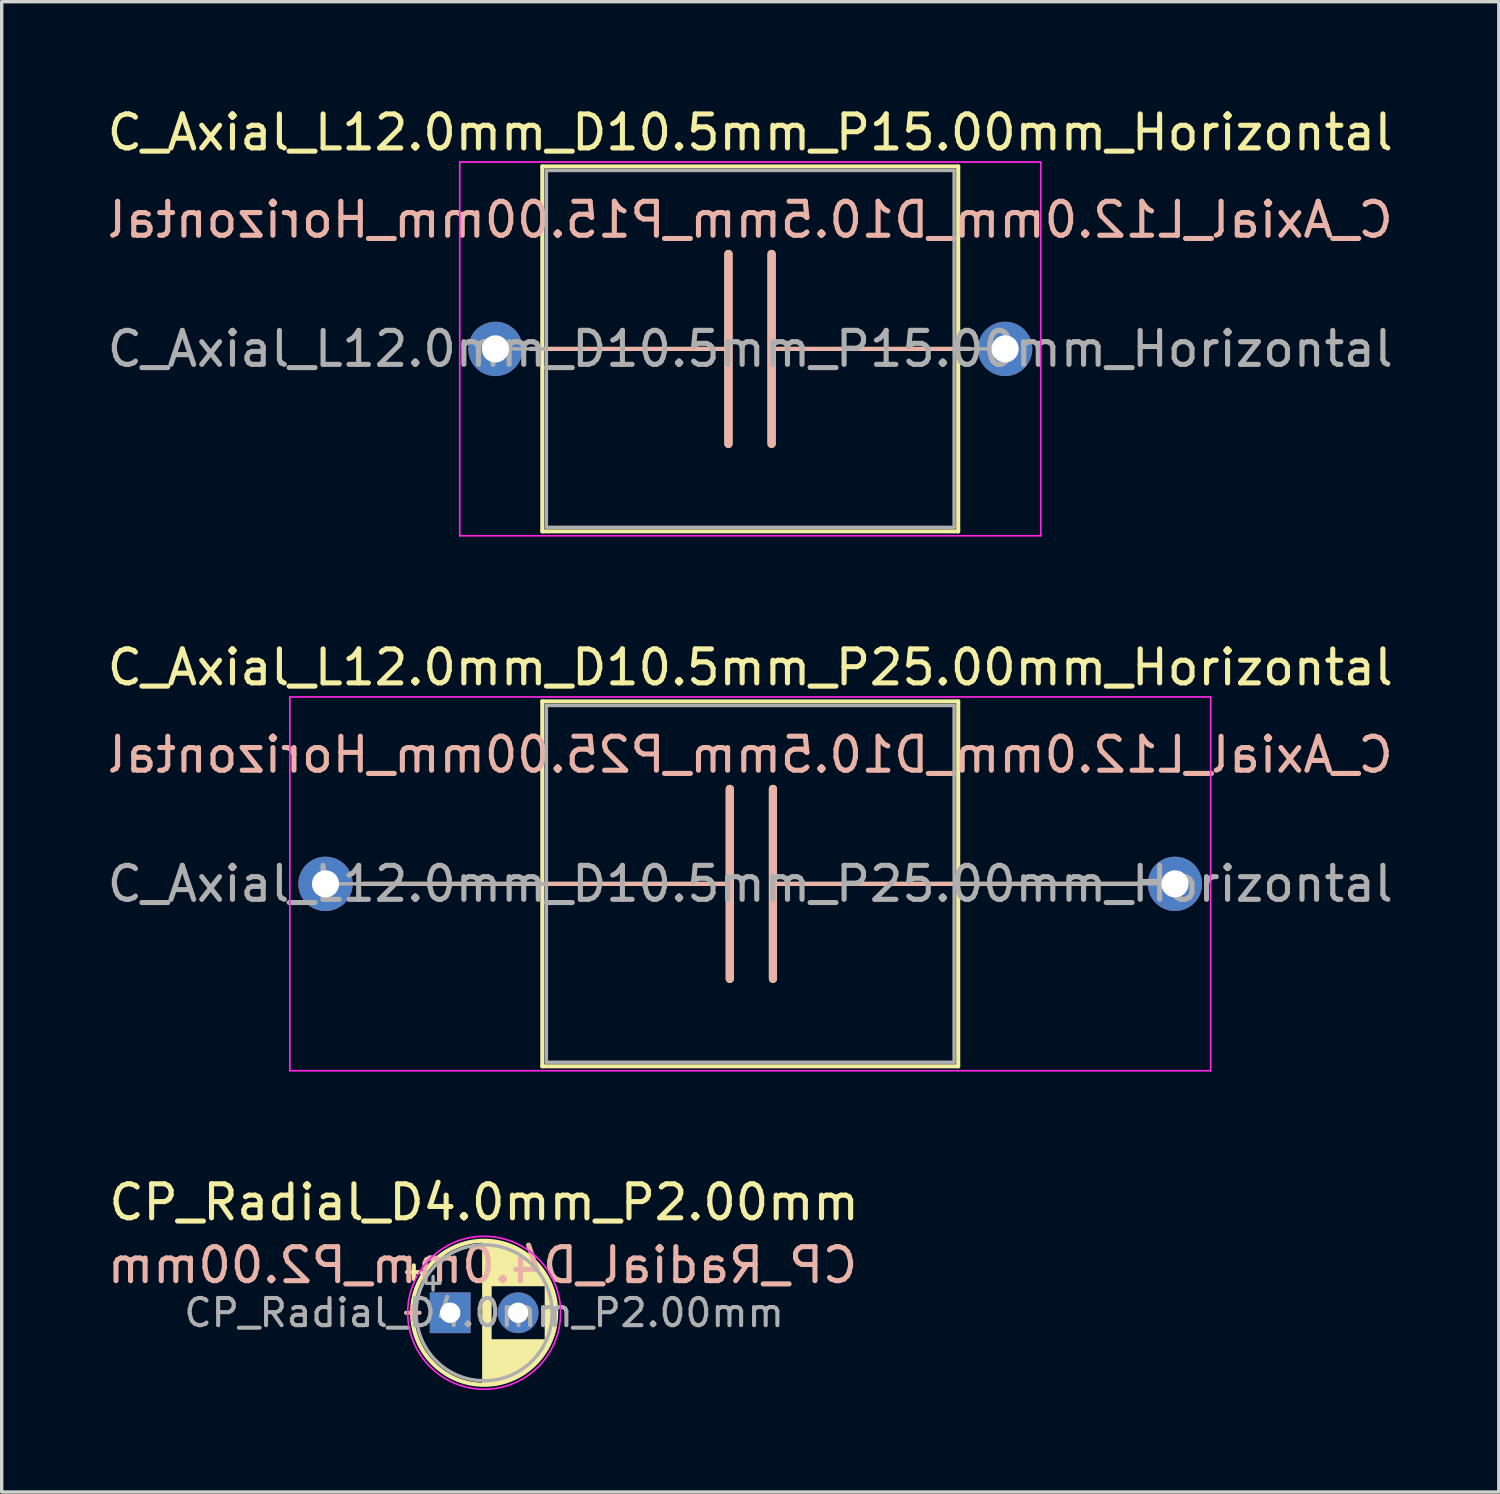
<source format=kicad_pcb>
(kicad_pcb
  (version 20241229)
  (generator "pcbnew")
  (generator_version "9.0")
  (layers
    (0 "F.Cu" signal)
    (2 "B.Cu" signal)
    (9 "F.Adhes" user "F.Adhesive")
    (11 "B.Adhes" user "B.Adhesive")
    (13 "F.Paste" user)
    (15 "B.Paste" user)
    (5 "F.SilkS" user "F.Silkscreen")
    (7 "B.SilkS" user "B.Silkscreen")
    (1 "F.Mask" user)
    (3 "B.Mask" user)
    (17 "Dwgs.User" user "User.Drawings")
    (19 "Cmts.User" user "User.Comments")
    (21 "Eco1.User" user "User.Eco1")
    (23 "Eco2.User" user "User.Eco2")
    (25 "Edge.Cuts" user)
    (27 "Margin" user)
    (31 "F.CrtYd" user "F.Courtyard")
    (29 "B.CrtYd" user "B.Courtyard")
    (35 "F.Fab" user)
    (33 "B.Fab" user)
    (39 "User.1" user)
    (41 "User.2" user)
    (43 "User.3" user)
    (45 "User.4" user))
  (footprint "C_Axial_L12.0mm_D10.5mm_P25.00mm_Horizontal"
    (layer "F.Cu")
    (at 6.53 22.962)
    (property "Reference" "C_Axial_L12.0mm_D10.5mm_P25.00mm_Horizontal" (at 12.5 -6.37 0) (layer "F.SilkS") (effects (font (size 1 1) (thickness 0.15))))
    (fp_line (start 1.1 0) (end 6.38 0) (stroke (width 0.12) (type solid)) (layer "F.SilkS"))
    (fp_line (start 6.38 -5.37) (end 6.38 5.37) (stroke (width 0.12) (type solid)) (layer "F.SilkS"))
    (fp_line (start 6.38 0) (end 11.898 0) (stroke (width 0.12) (type solid)) (layer "F.SilkS"))
    (fp_line (start 6.38 5.37) (end 18.62 5.37) (stroke (width 0.12) (type solid)) (layer "F.SilkS"))
    (fp_line (start 11.898 -2.794) (end 11.898 2.794) (stroke (width 0.24) (type solid)) (layer "F.SilkS"))
    (fp_line (start 13.168 2.794) (end 13.168 -2.794) (stroke (width 0.24) (type solid)) (layer "F.SilkS"))
    (fp_line (start 18.62 -5.37) (end 6.38 -5.37) (stroke (width 0.12) (type solid)) (layer "F.SilkS"))
    (fp_line (start 18.62 0) (end 13.168 0) (stroke (width 0.12) (type solid)) (layer "F.SilkS"))
    (fp_line (start 18.62 5.37) (end 18.62 -5.37) (stroke (width 0.12) (type solid)) (layer "F.SilkS"))
    (fp_line (start 23.9 0) (end 18.62 0) (stroke (width 0.12) (type solid)) (layer "F.SilkS"))
    (fp_line (start 1.1 0) (end 6.38 0) (stroke (width 0.12) (type solid)) (layer "B.SilkS"))
    (fp_line (start 6.38 0) (end 11.898 0) (stroke (width 0.12) (type solid)) (layer "B.SilkS"))
    (fp_line (start 11.898 2.794) (end 11.898 -2.794) (stroke (width 0.24) (type solid)) (layer "B.SilkS"))
    (fp_line (start 13.168 -2.794) (end 13.168 2.794) (stroke (width 0.24) (type solid)) (layer "B.SilkS"))
    (fp_line (start 18.62 0) (end 13.168 0) (stroke (width 0.12) (type solid)) (layer "B.SilkS"))
    (fp_line (start 23.9 0) (end 18.62 0) (stroke (width 0.12) (type solid)) (layer "B.SilkS"))
    (fp_line (start -1.05 -5.5) (end -1.05 5.5) (stroke (width 0.05) (type solid)) (layer "F.CrtYd"))
    (fp_line (start -1.05 5.5) (end 26.05 5.5) (stroke (width 0.05) (type solid)) (layer "F.CrtYd"))
    (fp_line (start 26.05 -5.5) (end -1.05 -5.5) (stroke (width 0.05) (type solid)) (layer "F.CrtYd"))
    (fp_line (start 26.05 5.5) (end 26.05 -5.5) (stroke (width 0.05) (type solid)) (layer "F.CrtYd"))
    (fp_line (start 0 0) (end 6.5 0) (stroke (width 0.1) (type solid)) (layer "F.Fab"))
    (fp_line (start 6.5 -5.25) (end 6.5 5.25) (stroke (width 0.1) (type solid)) (layer "F.Fab"))
    (fp_line (start 6.5 5.25) (end 18.5 5.25) (stroke (width 0.1) (type solid)) (layer "F.Fab"))
    (fp_line (start 18.5 -5.25) (end 6.5 -5.25) (stroke (width 0.1) (type solid)) (layer "F.Fab"))
    (fp_line (start 18.5 5.25) (end 18.5 -5.25) (stroke (width 0.1) (type solid)) (layer "F.Fab"))
    (fp_line (start 25 0) (end 18.5 0) (stroke (width 0.1) (type solid)) (layer "F.Fab"))
    (fp_text user "${REFERENCE}" (at 12.5 -3.8 0) (layer "B.SilkS") (effects (font (size 1 1) (thickness 0.15)) (justify mirror)))
    (fp_text user "${REFERENCE}" (at 12.5 0 0) (layer "F.Fab") (effects (font (size 1 1) (thickness 0.15))))
    (pad "1" thru_hole circle (at 0 0) (size 1.6 1.6) (drill 0.8) (layers "*.Cu" "*.Mask"))
    (pad "2" thru_hole oval (at 25 0) (size 1.6 1.6) (drill 0.8) (layers "*.Cu" "*.Mask")))
  (footprint "CP_Radial_D4.0mm_P2.00mm"
    (layer "F.Cu")
    (at 10.199 35.585)
    (property "Reference" "CP_Radial_D4.0mm_P2.00mm" (at 1 -3.25 0) (layer "F.SilkS") (effects (font (size 1 1) (thickness 0.15))))
    (fp_line (start -1.27 -1.195) (end -0.87 -1.195) (stroke (width 0.12) (type solid)) (layer "F.SilkS"))
    (fp_line (start -1.07 -1.395) (end -1.07 -0.995) (stroke (width 0.12) (type solid)) (layer "F.SilkS"))
    (fp_line (start 1 -2.08) (end 1 2.08) (stroke (width 0.12) (type solid)) (layer "F.SilkS"))
    (fp_line (start 1.04 -2.08) (end 1.04 2.08) (stroke (width 0.12) (type solid)) (layer "F.SilkS"))
    (fp_line (start 1.08 -2.079) (end 1.08 2.079) (stroke (width 0.12) (type solid)) (layer "F.SilkS"))
    (fp_line (start 1.12 -2.077) (end 1.12 2.077) (stroke (width 0.12) (type solid)) (layer "F.SilkS"))
    (fp_line (start 1.16 -2.074) (end 1.16 2.074) (stroke (width 0.12) (type solid)) (layer "F.SilkS"))
    (fp_line (start 1.2 -2.071) (end 1.2 -0.84) (stroke (width 0.12) (type solid)) (layer "F.SilkS"))
    (fp_line (start 1.2 0.84) (end 1.2 2.071) (stroke (width 0.12) (type solid)) (layer "F.SilkS"))
    (fp_line (start 1.24 -2.067) (end 1.24 -0.84) (stroke (width 0.12) (type solid)) (layer "F.SilkS"))
    (fp_line (start 1.24 0.84) (end 1.24 2.067) (stroke (width 0.12) (type solid)) (layer "F.SilkS"))
    (fp_line (start 1.28 -2.062) (end 1.28 -0.84) (stroke (width 0.12) (type solid)) (layer "F.SilkS"))
    (fp_line (start 1.28 0.84) (end 1.28 2.062) (stroke (width 0.12) (type solid)) (layer "F.SilkS"))
    (fp_line (start 1.32 -2.056) (end 1.32 -0.84) (stroke (width 0.12) (type solid)) (layer "F.SilkS"))
    (fp_line (start 1.32 0.84) (end 1.32 2.056) (stroke (width 0.12) (type solid)) (layer "F.SilkS"))
    (fp_line (start 1.36 -2.05) (end 1.36 -0.84) (stroke (width 0.12) (type solid)) (layer "F.SilkS"))
    (fp_line (start 1.36 0.84) (end 1.36 2.05) (stroke (width 0.12) (type solid)) (layer "F.SilkS"))
    (fp_line (start 1.4 -2.042) (end 1.4 -0.84) (stroke (width 0.12) (type solid)) (layer "F.SilkS"))
    (fp_line (start 1.4 0.84) (end 1.4 2.042) (stroke (width 0.12) (type solid)) (layer "F.SilkS"))
    (fp_line (start 1.44 -2.034) (end 1.44 -0.84) (stroke (width 0.12) (type solid)) (layer "F.SilkS"))
    (fp_line (start 1.44 0.84) (end 1.44 2.034) (stroke (width 0.12) (type solid)) (layer "F.SilkS"))
    (fp_line (start 1.48 -2.025) (end 1.48 -0.84) (stroke (width 0.12) (type solid)) (layer "F.SilkS"))
    (fp_line (start 1.48 0.84) (end 1.48 2.025) (stroke (width 0.12) (type solid)) (layer "F.SilkS"))
    (fp_line (start 1.52 -2.016) (end 1.52 -0.84) (stroke (width 0.12) (type solid)) (layer "F.SilkS"))
    (fp_line (start 1.52 0.84) (end 1.52 2.016) (stroke (width 0.12) (type solid)) (layer "F.SilkS"))
    (fp_line (start 1.56 -2.005) (end 1.56 -0.84) (stroke (width 0.12) (type solid)) (layer "F.SilkS"))
    (fp_line (start 1.56 0.84) (end 1.56 2.005) (stroke (width 0.12) (type solid)) (layer "F.SilkS"))
    (fp_line (start 1.6 -1.994) (end 1.6 -0.84) (stroke (width 0.12) (type solid)) (layer "F.SilkS"))
    (fp_line (start 1.6 0.84) (end 1.6 1.994) (stroke (width 0.12) (type solid)) (layer "F.SilkS"))
    (fp_line (start 1.64 -1.982) (end 1.64 -0.84) (stroke (width 0.12) (type solid)) (layer "F.SilkS"))
    (fp_line (start 1.64 0.84) (end 1.64 1.982) (stroke (width 0.12) (type solid)) (layer "F.SilkS"))
    (fp_line (start 1.68 -1.968) (end 1.68 -0.84) (stroke (width 0.12) (type solid)) (layer "F.SilkS"))
    (fp_line (start 1.68 0.84) (end 1.68 1.968) (stroke (width 0.12) (type solid)) (layer "F.SilkS"))
    (fp_line (start 1.721 -1.954) (end 1.721 -0.84) (stroke (width 0.12) (type solid)) (layer "F.SilkS"))
    (fp_line (start 1.721 0.84) (end 1.721 1.954) (stroke (width 0.12) (type solid)) (layer "F.SilkS"))
    (fp_line (start 1.761 -1.94) (end 1.761 -0.84) (stroke (width 0.12) (type solid)) (layer "F.SilkS"))
    (fp_line (start 1.761 0.84) (end 1.761 1.94) (stroke (width 0.12) (type solid)) (layer "F.SilkS"))
    (fp_line (start 1.801 -1.924) (end 1.801 -0.84) (stroke (width 0.12) (type solid)) (layer "F.SilkS"))
    (fp_line (start 1.801 0.84) (end 1.801 1.924) (stroke (width 0.12) (type solid)) (layer "F.SilkS"))
    (fp_line (start 1.841 -1.907) (end 1.841 -0.84) (stroke (width 0.12) (type solid)) (layer "F.SilkS"))
    (fp_line (start 1.841 0.84) (end 1.841 1.907) (stroke (width 0.12) (type solid)) (layer "F.SilkS"))
    (fp_line (start 1.881 -1.889) (end 1.881 -0.84) (stroke (width 0.12) (type solid)) (layer "F.SilkS"))
    (fp_line (start 1.881 0.84) (end 1.881 1.889) (stroke (width 0.12) (type solid)) (layer "F.SilkS"))
    (fp_line (start 1.921 -1.87) (end 1.921 -0.84) (stroke (width 0.12) (type solid)) (layer "F.SilkS"))
    (fp_line (start 1.921 0.84) (end 1.921 1.87) (stroke (width 0.12) (type solid)) (layer "F.SilkS"))
    (fp_line (start 1.961 -1.851) (end 1.961 -0.84) (stroke (width 0.12) (type solid)) (layer "F.SilkS"))
    (fp_line (start 1.961 0.84) (end 1.961 1.851) (stroke (width 0.12) (type solid)) (layer "F.SilkS"))
    (fp_line (start 2.001 -1.83) (end 2.001 -0.84) (stroke (width 0.12) (type solid)) (layer "F.SilkS"))
    (fp_line (start 2.001 0.84) (end 2.001 1.83) (stroke (width 0.12) (type solid)) (layer "F.SilkS"))
    (fp_line (start 2.041 -1.808) (end 2.041 -0.84) (stroke (width 0.12) (type solid)) (layer "F.SilkS"))
    (fp_line (start 2.041 0.84) (end 2.041 1.808) (stroke (width 0.12) (type solid)) (layer "F.SilkS"))
    (fp_line (start 2.081 -1.785) (end 2.081 -0.84) (stroke (width 0.12) (type solid)) (layer "F.SilkS"))
    (fp_line (start 2.081 0.84) (end 2.081 1.785) (stroke (width 0.12) (type solid)) (layer "F.SilkS"))
    (fp_line (start 2.121 -1.76) (end 2.121 -0.84) (stroke (width 0.12) (type solid)) (layer "F.SilkS"))
    (fp_line (start 2.121 0.84) (end 2.121 1.76) (stroke (width 0.12) (type solid)) (layer "F.SilkS"))
    (fp_line (start 2.161 -1.735) (end 2.161 -0.84) (stroke (width 0.12) (type solid)) (layer "F.SilkS"))
    (fp_line (start 2.161 0.84) (end 2.161 1.735) (stroke (width 0.12) (type solid)) (layer "F.SilkS"))
    (fp_line (start 2.201 -1.708) (end 2.201 -0.84) (stroke (width 0.12) (type solid)) (layer "F.SilkS"))
    (fp_line (start 2.201 0.84) (end 2.201 1.708) (stroke (width 0.12) (type solid)) (layer "F.SilkS"))
    (fp_line (start 2.241 -1.68) (end 2.241 -0.84) (stroke (width 0.12) (type solid)) (layer "F.SilkS"))
    (fp_line (start 2.241 0.84) (end 2.241 1.68) (stroke (width 0.12) (type solid)) (layer "F.SilkS"))
    (fp_line (start 2.281 -1.65) (end 2.281 -0.84) (stroke (width 0.12) (type solid)) (layer "F.SilkS"))
    (fp_line (start 2.281 0.84) (end 2.281 1.65) (stroke (width 0.12) (type solid)) (layer "F.SilkS"))
    (fp_line (start 2.321 -1.619) (end 2.321 -0.84) (stroke (width 0.12) (type solid)) (layer "F.SilkS"))
    (fp_line (start 2.321 0.84) (end 2.321 1.619) (stroke (width 0.12) (type solid)) (layer "F.SilkS"))
    (fp_line (start 2.361 -1.587) (end 2.361 -0.84) (stroke (width 0.12) (type solid)) (layer "F.SilkS"))
    (fp_line (start 2.361 0.84) (end 2.361 1.587) (stroke (width 0.12) (type solid)) (layer "F.SilkS"))
    (fp_line (start 2.401 -1.552) (end 2.401 -0.84) (stroke (width 0.12) (type solid)) (layer "F.SilkS"))
    (fp_line (start 2.401 0.84) (end 2.401 1.552) (stroke (width 0.12) (type solid)) (layer "F.SilkS"))
    (fp_line (start 2.441 -1.516) (end 2.441 -0.84) (stroke (width 0.12) (type solid)) (layer "F.SilkS"))
    (fp_line (start 2.441 0.84) (end 2.441 1.516) (stroke (width 0.12) (type solid)) (layer "F.SilkS"))
    (fp_line (start 2.481 -1.478) (end 2.481 -0.84) (stroke (width 0.12) (type solid)) (layer "F.SilkS"))
    (fp_line (start 2.481 0.84) (end 2.481 1.478) (stroke (width 0.12) (type solid)) (layer "F.SilkS"))
    (fp_line (start 2.521 -1.438) (end 2.521 -0.84) (stroke (width 0.12) (type solid)) (layer "F.SilkS"))
    (fp_line (start 2.521 0.84) (end 2.521 1.438) (stroke (width 0.12) (type solid)) (layer "F.SilkS"))
    (fp_line (start 2.561 -1.396) (end 2.561 -0.84) (stroke (width 0.12) (type solid)) (layer "F.SilkS"))
    (fp_line (start 2.561 0.84) (end 2.561 1.396) (stroke (width 0.12) (type solid)) (layer "F.SilkS"))
    (fp_line (start 2.601 -1.351) (end 2.601 -0.84) (stroke (width 0.12) (type solid)) (layer "F.SilkS"))
    (fp_line (start 2.601 0.84) (end 2.601 1.351) (stroke (width 0.12) (type solid)) (layer "F.SilkS"))
    (fp_line (start 2.641 -1.304) (end 2.641 -0.84) (stroke (width 0.12) (type solid)) (layer "F.SilkS"))
    (fp_line (start 2.641 0.84) (end 2.641 1.304) (stroke (width 0.12) (type solid)) (layer "F.SilkS"))
    (fp_line (start 2.681 -1.254) (end 2.681 -0.84) (stroke (width 0.12) (type solid)) (layer "F.SilkS"))
    (fp_line (start 2.681 0.84) (end 2.681 1.254) (stroke (width 0.12) (type solid)) (layer "F.SilkS"))
    (fp_line (start 2.721 -1.2) (end 2.721 -0.84) (stroke (width 0.12) (type solid)) (layer "F.SilkS"))
    (fp_line (start 2.721 0.84) (end 2.721 1.2) (stroke (width 0.12) (type solid)) (layer "F.SilkS"))
    (fp_line (start 2.761 -1.142) (end 2.761 -0.84) (stroke (width 0.12) (type solid)) (layer "F.SilkS"))
    (fp_line (start 2.761 0.84) (end 2.761 1.142) (stroke (width 0.12) (type solid)) (layer "F.SilkS"))
    (fp_line (start 2.801 -1.08) (end 2.801 -0.84) (stroke (width 0.12) (type solid)) (layer "F.SilkS"))
    (fp_line (start 2.801 0.84) (end 2.801 1.08) (stroke (width 0.12) (type solid)) (layer "F.SilkS"))
    (fp_line (start 2.841 -1.013) (end 2.841 1.013) (stroke (width 0.12) (type solid)) (layer "F.SilkS"))
    (fp_line (start 2.881 -0.94) (end 2.881 0.94) (stroke (width 0.12) (type solid)) (layer "F.SilkS"))
    (fp_line (start 2.921 -0.859) (end 2.921 0.859) (stroke (width 0.12) (type solid)) (layer "F.SilkS"))
    (fp_line (start 2.961 -0.768) (end 2.961 0.768) (stroke (width 0.12) (type solid)) (layer "F.SilkS"))
    (fp_line (start 3.001 -0.664) (end 3.001 0.664) (stroke (width 0.12) (type solid)) (layer "F.SilkS"))
    (fp_line (start 3.041 -0.537) (end 3.041 0.537) (stroke (width 0.12) (type solid)) (layer "F.SilkS"))
    (fp_line (start 3.081 -0.37) (end 3.081 0.37) (stroke (width 0.12) (type solid)) (layer "F.SilkS"))
    (fp_circle (center 1 0) (end 3.12 0) (stroke (width 0.12) (type solid)) (fill no) (layer "F.SilkS"))
    (fp_line (start -1.1 -0.2) (end -1.1 0.2) (stroke (width 0.12) (type solid)) (layer "B.SilkS"))
    (fp_line (start -0.9 0) (end -1.3 0) (stroke (width 0.12) (type solid)) (layer "B.SilkS"))
    (fp_circle (center 1 0) (end 3.25 0) (stroke (width 0.05) (type solid)) (fill no) (layer "F.CrtYd"))
    (fp_line (start -0.703 -0.868) (end -0.303 -0.868) (stroke (width 0.1) (type solid)) (layer "F.Fab"))
    (fp_line (start -0.503 -1.067) (end -0.503 -0.667) (stroke (width 0.1) (type solid)) (layer "F.Fab"))
    (fp_circle (center 1 0) (end 3 0) (stroke (width 0.1) (type solid)) (fill no) (layer "F.Fab"))
    (fp_text user "${REFERENCE}" (at 0.95 -1.4 0) (layer "B.SilkS") (effects (font (size 1 1) (thickness 0.15)) (justify mirror)))
    (fp_text user "${REFERENCE}" (at 1 0 0) (layer "F.Fab") (effects (font (size 0.8 0.8) (thickness 0.12))))
    (pad "1" thru_hole rect (at 0 0) (size 1.2 1.2) (drill 0.6) (layers "*.Cu" "*.Mask"))
    (pad "2" thru_hole circle (at 2 0) (size 1.2 1.2) (drill 0.6) (layers "*.Cu" "*.Mask")))
  (footprint "C_Axial_L12.0mm_D10.5mm_P15.00mm_Horizontal"
    (layer "F.Cu")
    (at 11.53 7.218)
    (property "Reference" "C_Axial_L12.0mm_D10.5mm_P15.00mm_Horizontal" (at 7.5 -6.37 0) (layer "F.SilkS") (effects (font (size 1 1) (thickness 0.15))))
    (fp_line (start 1.04 0) (end 1.38 0) (stroke (width 0.12) (type solid)) (layer "F.SilkS"))
    (fp_line (start 1.38 -5.37) (end 1.38 5.37) (stroke (width 0.12) (type solid)) (layer "F.SilkS"))
    (fp_line (start 1.38 0) (end 6.858 0) (stroke (width 0.12) (type solid)) (layer "F.SilkS"))
    (fp_line (start 1.38 5.37) (end 13.62 5.37) (stroke (width 0.12) (type solid)) (layer "F.SilkS"))
    (fp_line (start 6.858 -2.794) (end 6.858 2.794) (stroke (width 0.24) (type solid)) (layer "F.SilkS"))
    (fp_line (start 8.128 2.794) (end 8.128 -2.794) (stroke (width 0.24) (type solid)) (layer "F.SilkS"))
    (fp_line (start 13.62 -5.37) (end 1.38 -5.37) (stroke (width 0.12) (type solid)) (layer "F.SilkS"))
    (fp_line (start 13.62 0) (end 8.128 0) (stroke (width 0.12) (type solid)) (layer "F.SilkS"))
    (fp_line (start 13.62 5.37) (end 13.62 -5.37) (stroke (width 0.12) (type solid)) (layer "F.SilkS"))
    (fp_line (start 13.96 0) (end 13.62 0) (stroke (width 0.12) (type solid)) (layer "F.SilkS"))
    (fp_line (start 1.04 0) (end 1.38 0) (stroke (width 0.12) (type solid)) (layer "B.SilkS"))
    (fp_line (start 1.38 0) (end 6.858 0) (stroke (width 0.12) (type solid)) (layer "B.SilkS"))
    (fp_line (start 6.858 2.794) (end 6.858 -2.794) (stroke (width 0.24) (type solid)) (layer "B.SilkS"))
    (fp_line (start 8.128 -2.794) (end 8.128 2.794) (stroke (width 0.24) (type solid)) (layer "B.SilkS"))
    (fp_line (start 13.62 0) (end 8.128 0) (stroke (width 0.12) (type solid)) (layer "B.SilkS"))
    (fp_line (start 13.96 0) (end 13.62 0) (stroke (width 0.12) (type solid)) (layer "B.SilkS"))
    (fp_line (start -1.05 -5.5) (end -1.05 5.5) (stroke (width 0.05) (type solid)) (layer "F.CrtYd"))
    (fp_line (start -1.05 5.5) (end 16.05 5.5) (stroke (width 0.05) (type solid)) (layer "F.CrtYd"))
    (fp_line (start 16.05 -5.5) (end -1.05 -5.5) (stroke (width 0.05) (type solid)) (layer "F.CrtYd"))
    (fp_line (start 16.05 5.5) (end 16.05 -5.5) (stroke (width 0.05) (type solid)) (layer "F.CrtYd"))
    (fp_line (start 0 0) (end 1.5 0) (stroke (width 0.1) (type solid)) (layer "F.Fab"))
    (fp_line (start 1.5 -5.25) (end 1.5 5.25) (stroke (width 0.1) (type solid)) (layer "F.Fab"))
    (fp_line (start 1.5 5.25) (end 13.5 5.25) (stroke (width 0.1) (type solid)) (layer "F.Fab"))
    (fp_line (start 13.5 -5.25) (end 1.5 -5.25) (stroke (width 0.1) (type solid)) (layer "F.Fab"))
    (fp_line (start 13.5 5.25) (end 13.5 -5.25) (stroke (width 0.1) (type solid)) (layer "F.Fab"))
    (fp_line (start 15 0) (end 13.5 0) (stroke (width 0.1) (type solid)) (layer "F.Fab"))
    (fp_text user "${REFERENCE}" (at 7.5 -3.8 0) (layer "B.SilkS") (effects (font (size 1 1) (thickness 0.15)) (justify mirror)))
    (fp_text user "${REFERENCE}" (at 7.5 0 0) (layer "F.Fab") (effects (font (size 1 1) (thickness 0.15))))
    (pad "1" thru_hole circle (at 0 0) (size 1.6 1.6) (drill 0.8) (layers "*.Cu" "*.Mask"))
    (pad "2" thru_hole oval (at 15 0) (size 1.6 1.6) (drill 0.8) (layers "*.Cu" "*.Mask")))
  (gr_rect
    (start -3 -3)
    (end 41.06 40.86)
    (stroke (width 0.1) (type default))
    (fill no)
    (layer "Edge.Cuts")))
</source>
